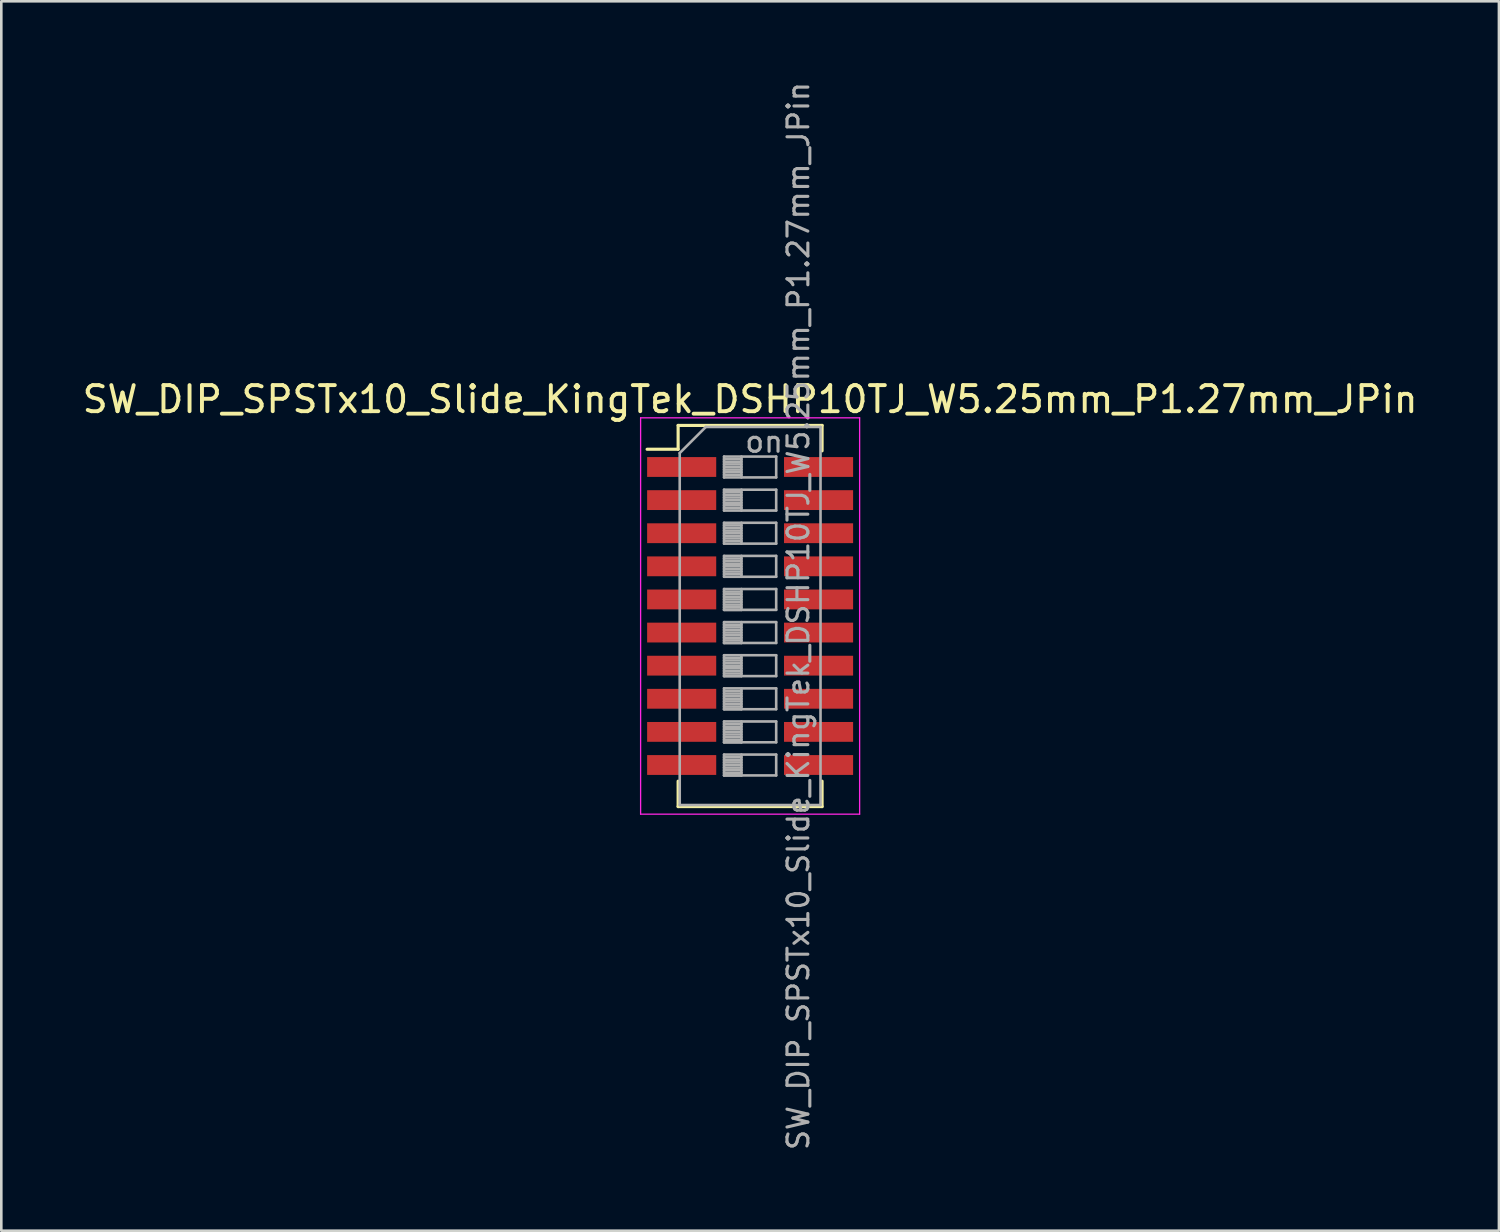
<source format=kicad_pcb>
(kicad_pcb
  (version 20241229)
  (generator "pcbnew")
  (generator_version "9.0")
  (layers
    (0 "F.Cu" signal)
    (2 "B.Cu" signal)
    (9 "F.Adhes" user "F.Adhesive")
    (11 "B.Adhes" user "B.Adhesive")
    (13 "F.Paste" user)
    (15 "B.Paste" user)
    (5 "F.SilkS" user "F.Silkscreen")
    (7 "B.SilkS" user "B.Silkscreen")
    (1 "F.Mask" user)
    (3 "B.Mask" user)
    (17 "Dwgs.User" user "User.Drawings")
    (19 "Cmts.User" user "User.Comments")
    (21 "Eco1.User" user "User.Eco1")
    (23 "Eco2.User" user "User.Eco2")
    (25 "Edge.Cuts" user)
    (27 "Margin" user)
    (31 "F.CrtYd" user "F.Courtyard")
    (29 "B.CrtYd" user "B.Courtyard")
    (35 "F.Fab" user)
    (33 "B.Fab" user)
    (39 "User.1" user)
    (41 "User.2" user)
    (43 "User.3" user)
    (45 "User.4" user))
  (footprint "SW_DIP_SPSTx10_Slide_KingTek_DSHP10TJ_W5.25mm_P1.27mm_JPin"
    (layer "F.Cu")
    (at 25.72 20.576)
    (property "Reference" "SW_DIP_SPSTx10_Slide_KingTek_DSHP10TJ_W5.25mm_P1.27mm_JPin" (at 0 -8.31 0) (layer "F.SilkS") (effects (font (size 1 1) (thickness 0.15))))
    (attr smd)
    (fp_line (start -3.951 -6.395) (end -2.761 -6.395) (stroke (width 0.12) (type solid)) (layer "F.SilkS"))
    (fp_line (start -2.761 -7.31) (end -2.761 -6.395) (stroke (width 0.12) (type solid)) (layer "F.SilkS"))
    (fp_line (start -2.761 -7.31) (end 2.76 -7.31) (stroke (width 0.12) (type solid)) (layer "F.SilkS"))
    (fp_line (start -2.761 6.335) (end -2.761 7.31) (stroke (width 0.12) (type solid)) (layer "F.SilkS"))
    (fp_line (start -2.761 7.31) (end 2.76 7.31) (stroke (width 0.12) (type solid)) (layer "F.SilkS"))
    (fp_line (start 2.76 -7.31) (end 2.76 -6.335) (stroke (width 0.12) (type solid)) (layer "F.SilkS"))
    (fp_line (start 2.76 6.335) (end 2.76 7.31) (stroke (width 0.12) (type solid)) (layer "F.SilkS"))
    (fp_line (start -4.2 -7.6) (end -4.2 7.6) (stroke (width 0.05) (type solid)) (layer "F.CrtYd"))
    (fp_line (start -4.2 7.6) (end 4.2 7.6) (stroke (width 0.05) (type solid)) (layer "F.CrtYd"))
    (fp_line (start 4.2 -7.6) (end -4.2 -7.6) (stroke (width 0.05) (type solid)) (layer "F.CrtYd"))
    (fp_line (start 4.2 7.6) (end 4.2 -7.6) (stroke (width 0.05) (type solid)) (layer "F.CrtYd"))
    (fp_line (start -2.7 -6.25) (end -1.7 -7.25) (stroke (width 0.1) (type solid)) (layer "F.Fab"))
    (fp_line (start -2.7 7.25) (end -2.7 -6.25) (stroke (width 0.1) (type solid)) (layer "F.Fab"))
    (fp_line (start -1.7 -7.25) (end 2.7 -7.25) (stroke (width 0.1) (type solid)) (layer "F.Fab"))
    (fp_line (start -1 -6.115) (end -1 -5.315) (stroke (width 0.1) (type solid)) (layer "F.Fab"))
    (fp_line (start -1 -6.015) (end -0.333 -6.015) (stroke (width 0.1) (type solid)) (layer "F.Fab"))
    (fp_line (start -1 -5.915) (end -0.333 -5.915) (stroke (width 0.1) (type solid)) (layer "F.Fab"))
    (fp_line (start -1 -5.815) (end -0.333 -5.815) (stroke (width 0.1) (type solid)) (layer "F.Fab"))
    (fp_line (start -1 -5.715) (end -0.333 -5.715) (stroke (width 0.1) (type solid)) (layer "F.Fab"))
    (fp_line (start -1 -5.615) (end -0.333 -5.615) (stroke (width 0.1) (type solid)) (layer "F.Fab"))
    (fp_line (start -1 -5.515) (end -0.333 -5.515) (stroke (width 0.1) (type solid)) (layer "F.Fab"))
    (fp_line (start -1 -5.415) (end -0.333 -5.415) (stroke (width 0.1) (type solid)) (layer "F.Fab"))
    (fp_line (start -1 -5.315) (end 1 -5.315) (stroke (width 0.1) (type solid)) (layer "F.Fab"))
    (fp_line (start -1 -4.845) (end -1 -4.045) (stroke (width 0.1) (type solid)) (layer "F.Fab"))
    (fp_line (start -1 -4.745) (end -0.333 -4.745) (stroke (width 0.1) (type solid)) (layer "F.Fab"))
    (fp_line (start -1 -4.645) (end -0.333 -4.645) (stroke (width 0.1) (type solid)) (layer "F.Fab"))
    (fp_line (start -1 -4.545) (end -0.333 -4.545) (stroke (width 0.1) (type solid)) (layer "F.Fab"))
    (fp_line (start -1 -4.445) (end -0.333 -4.445) (stroke (width 0.1) (type solid)) (layer "F.Fab"))
    (fp_line (start -1 -4.345) (end -0.333 -4.345) (stroke (width 0.1) (type solid)) (layer "F.Fab"))
    (fp_line (start -1 -4.245) (end -0.333 -4.245) (stroke (width 0.1) (type solid)) (layer "F.Fab"))
    (fp_line (start -1 -4.145) (end -0.333 -4.145) (stroke (width 0.1) (type solid)) (layer "F.Fab"))
    (fp_line (start -1 -4.045) (end 1 -4.045) (stroke (width 0.1) (type solid)) (layer "F.Fab"))
    (fp_line (start -1 -3.575) (end -1 -2.775) (stroke (width 0.1) (type solid)) (layer "F.Fab"))
    (fp_line (start -1 -3.475) (end -0.333 -3.475) (stroke (width 0.1) (type solid)) (layer "F.Fab"))
    (fp_line (start -1 -3.375) (end -0.333 -3.375) (stroke (width 0.1) (type solid)) (layer "F.Fab"))
    (fp_line (start -1 -3.275) (end -0.333 -3.275) (stroke (width 0.1) (type solid)) (layer "F.Fab"))
    (fp_line (start -1 -3.175) (end -0.333 -3.175) (stroke (width 0.1) (type solid)) (layer "F.Fab"))
    (fp_line (start -1 -3.075) (end -0.333 -3.075) (stroke (width 0.1) (type solid)) (layer "F.Fab"))
    (fp_line (start -1 -2.975) (end -0.333 -2.975) (stroke (width 0.1) (type solid)) (layer "F.Fab"))
    (fp_line (start -1 -2.875) (end -0.333 -2.875) (stroke (width 0.1) (type solid)) (layer "F.Fab"))
    (fp_line (start -1 -2.775) (end 1 -2.775) (stroke (width 0.1) (type solid)) (layer "F.Fab"))
    (fp_line (start -1 -2.305) (end -1 -1.505) (stroke (width 0.1) (type solid)) (layer "F.Fab"))
    (fp_line (start -1 -2.205) (end -0.333 -2.205) (stroke (width 0.1) (type solid)) (layer "F.Fab"))
    (fp_line (start -1 -2.105) (end -0.333 -2.105) (stroke (width 0.1) (type solid)) (layer "F.Fab"))
    (fp_line (start -1 -2.005) (end -0.333 -2.005) (stroke (width 0.1) (type solid)) (layer "F.Fab"))
    (fp_line (start -1 -1.905) (end -0.333 -1.905) (stroke (width 0.1) (type solid)) (layer "F.Fab"))
    (fp_line (start -1 -1.805) (end -0.333 -1.805) (stroke (width 0.1) (type solid)) (layer "F.Fab"))
    (fp_line (start -1 -1.705) (end -0.333 -1.705) (stroke (width 0.1) (type solid)) (layer "F.Fab"))
    (fp_line (start -1 -1.605) (end -0.333 -1.605) (stroke (width 0.1) (type solid)) (layer "F.Fab"))
    (fp_line (start -1 -1.505) (end 1 -1.505) (stroke (width 0.1) (type solid)) (layer "F.Fab"))
    (fp_line (start -1 -1.035) (end -1 -0.235) (stroke (width 0.1) (type solid)) (layer "F.Fab"))
    (fp_line (start -1 -0.935) (end -0.333 -0.935) (stroke (width 0.1) (type solid)) (layer "F.Fab"))
    (fp_line (start -1 -0.835) (end -0.333 -0.835) (stroke (width 0.1) (type solid)) (layer "F.Fab"))
    (fp_line (start -1 -0.735) (end -0.333 -0.735) (stroke (width 0.1) (type solid)) (layer "F.Fab"))
    (fp_line (start -1 -0.635) (end -0.333 -0.635) (stroke (width 0.1) (type solid)) (layer "F.Fab"))
    (fp_line (start -1 -0.535) (end -0.333 -0.535) (stroke (width 0.1) (type solid)) (layer "F.Fab"))
    (fp_line (start -1 -0.435) (end -0.333 -0.435) (stroke (width 0.1) (type solid)) (layer "F.Fab"))
    (fp_line (start -1 -0.335) (end -0.333 -0.335) (stroke (width 0.1) (type solid)) (layer "F.Fab"))
    (fp_line (start -1 -0.235) (end -0.333 -0.235) (stroke (width 0.1) (type solid)) (layer "F.Fab"))
    (fp_line (start -1 -0.235) (end 1 -0.235) (stroke (width 0.1) (type solid)) (layer "F.Fab"))
    (fp_line (start -1 0.235) (end -1 1.035) (stroke (width 0.1) (type solid)) (layer "F.Fab"))
    (fp_line (start -1 0.335) (end -0.333 0.335) (stroke (width 0.1) (type solid)) (layer "F.Fab"))
    (fp_line (start -1 0.435) (end -0.333 0.435) (stroke (width 0.1) (type solid)) (layer "F.Fab"))
    (fp_line (start -1 0.535) (end -0.333 0.535) (stroke (width 0.1) (type solid)) (layer "F.Fab"))
    (fp_line (start -1 0.635) (end -0.333 0.635) (stroke (width 0.1) (type solid)) (layer "F.Fab"))
    (fp_line (start -1 0.735) (end -0.333 0.735) (stroke (width 0.1) (type solid)) (layer "F.Fab"))
    (fp_line (start -1 0.835) (end -0.333 0.835) (stroke (width 0.1) (type solid)) (layer "F.Fab"))
    (fp_line (start -1 0.935) (end -0.333 0.935) (stroke (width 0.1) (type solid)) (layer "F.Fab"))
    (fp_line (start -1 1.035) (end -0.333 1.035) (stroke (width 0.1) (type solid)) (layer "F.Fab"))
    (fp_line (start -1 1.035) (end 1 1.035) (stroke (width 0.1) (type solid)) (layer "F.Fab"))
    (fp_line (start -1 1.505) (end -1 2.305) (stroke (width 0.1) (type solid)) (layer "F.Fab"))
    (fp_line (start -1 1.605) (end -0.333 1.605) (stroke (width 0.1) (type solid)) (layer "F.Fab"))
    (fp_line (start -1 1.705) (end -0.333 1.705) (stroke (width 0.1) (type solid)) (layer "F.Fab"))
    (fp_line (start -1 1.805) (end -0.333 1.805) (stroke (width 0.1) (type solid)) (layer "F.Fab"))
    (fp_line (start -1 1.905) (end -0.333 1.905) (stroke (width 0.1) (type solid)) (layer "F.Fab"))
    (fp_line (start -1 2.005) (end -0.333 2.005) (stroke (width 0.1) (type solid)) (layer "F.Fab"))
    (fp_line (start -1 2.105) (end -0.333 2.105) (stroke (width 0.1) (type solid)) (layer "F.Fab"))
    (fp_line (start -1 2.205) (end -0.333 2.205) (stroke (width 0.1) (type solid)) (layer "F.Fab"))
    (fp_line (start -1 2.305) (end -0.333 2.305) (stroke (width 0.1) (type solid)) (layer "F.Fab"))
    (fp_line (start -1 2.305) (end 1 2.305) (stroke (width 0.1) (type solid)) (layer "F.Fab"))
    (fp_line (start -1 2.775) (end -1 3.575) (stroke (width 0.1) (type solid)) (layer "F.Fab"))
    (fp_line (start -1 2.875) (end -0.333 2.875) (stroke (width 0.1) (type solid)) (layer "F.Fab"))
    (fp_line (start -1 2.975) (end -0.333 2.975) (stroke (width 0.1) (type solid)) (layer "F.Fab"))
    (fp_line (start -1 3.075) (end -0.333 3.075) (stroke (width 0.1) (type solid)) (layer "F.Fab"))
    (fp_line (start -1 3.175) (end -0.333 3.175) (stroke (width 0.1) (type solid)) (layer "F.Fab"))
    (fp_line (start -1 3.275) (end -0.333 3.275) (stroke (width 0.1) (type solid)) (layer "F.Fab"))
    (fp_line (start -1 3.375) (end -0.333 3.375) (stroke (width 0.1) (type solid)) (layer "F.Fab"))
    (fp_line (start -1 3.475) (end -0.333 3.475) (stroke (width 0.1) (type solid)) (layer "F.Fab"))
    (fp_line (start -1 3.575) (end -0.333 3.575) (stroke (width 0.1) (type solid)) (layer "F.Fab"))
    (fp_line (start -1 3.575) (end 1 3.575) (stroke (width 0.1) (type solid)) (layer "F.Fab"))
    (fp_line (start -1 4.045) (end -1 4.845) (stroke (width 0.1) (type solid)) (layer "F.Fab"))
    (fp_line (start -1 4.145) (end -0.333 4.145) (stroke (width 0.1) (type solid)) (layer "F.Fab"))
    (fp_line (start -1 4.245) (end -0.333 4.245) (stroke (width 0.1) (type solid)) (layer "F.Fab"))
    (fp_line (start -1 4.345) (end -0.333 4.345) (stroke (width 0.1) (type solid)) (layer "F.Fab"))
    (fp_line (start -1 4.445) (end -0.333 4.445) (stroke (width 0.1) (type solid)) (layer "F.Fab"))
    (fp_line (start -1 4.545) (end -0.333 4.545) (stroke (width 0.1) (type solid)) (layer "F.Fab"))
    (fp_line (start -1 4.645) (end -0.333 4.645) (stroke (width 0.1) (type solid)) (layer "F.Fab"))
    (fp_line (start -1 4.745) (end -0.333 4.745) (stroke (width 0.1) (type solid)) (layer "F.Fab"))
    (fp_line (start -1 4.845) (end -0.333 4.845) (stroke (width 0.1) (type solid)) (layer "F.Fab"))
    (fp_line (start -1 4.845) (end 1 4.845) (stroke (width 0.1) (type solid)) (layer "F.Fab"))
    (fp_line (start -1 5.315) (end -1 6.115) (stroke (width 0.1) (type solid)) (layer "F.Fab"))
    (fp_line (start -1 5.415) (end -0.333 5.415) (stroke (width 0.1) (type solid)) (layer "F.Fab"))
    (fp_line (start -1 5.515) (end -0.333 5.515) (stroke (width 0.1) (type solid)) (layer "F.Fab"))
    (fp_line (start -1 5.615) (end -0.333 5.615) (stroke (width 0.1) (type solid)) (layer "F.Fab"))
    (fp_line (start -1 5.715) (end -0.333 5.715) (stroke (width 0.1) (type solid)) (layer "F.Fab"))
    (fp_line (start -1 5.815) (end -0.333 5.815) (stroke (width 0.1) (type solid)) (layer "F.Fab"))
    (fp_line (start -1 5.915) (end -0.333 5.915) (stroke (width 0.1) (type solid)) (layer "F.Fab"))
    (fp_line (start -1 6.015) (end -0.333 6.015) (stroke (width 0.1) (type solid)) (layer "F.Fab"))
    (fp_line (start -1 6.115) (end -0.333 6.115) (stroke (width 0.1) (type solid)) (layer "F.Fab"))
    (fp_line (start -1 6.115) (end 1 6.115) (stroke (width 0.1) (type solid)) (layer "F.Fab"))
    (fp_line (start -0.333 -6.115) (end -0.333 -5.315) (stroke (width 0.1) (type solid)) (layer "F.Fab"))
    (fp_line (start -0.333 -4.845) (end -0.333 -4.045) (stroke (width 0.1) (type solid)) (layer "F.Fab"))
    (fp_line (start -0.333 -3.575) (end -0.333 -2.775) (stroke (width 0.1) (type solid)) (layer "F.Fab"))
    (fp_line (start -0.333 -2.305) (end -0.333 -1.505) (stroke (width 0.1) (type solid)) (layer "F.Fab"))
    (fp_line (start -0.333 -1.035) (end -0.333 -0.235) (stroke (width 0.1) (type solid)) (layer "F.Fab"))
    (fp_line (start -0.333 0.235) (end -0.333 1.035) (stroke (width 0.1) (type solid)) (layer "F.Fab"))
    (fp_line (start -0.333 1.505) (end -0.333 2.305) (stroke (width 0.1) (type solid)) (layer "F.Fab"))
    (fp_line (start -0.333 2.775) (end -0.333 3.575) (stroke (width 0.1) (type solid)) (layer "F.Fab"))
    (fp_line (start -0.333 4.045) (end -0.333 4.845) (stroke (width 0.1) (type solid)) (layer "F.Fab"))
    (fp_line (start -0.333 5.315) (end -0.333 6.115) (stroke (width 0.1) (type solid)) (layer "F.Fab"))
    (fp_line (start 1 -6.115) (end -1 -6.115) (stroke (width 0.1) (type solid)) (layer "F.Fab"))
    (fp_line (start 1 -5.315) (end 1 -6.115) (stroke (width 0.1) (type solid)) (layer "F.Fab"))
    (fp_line (start 1 -4.845) (end -1 -4.845) (stroke (width 0.1) (type solid)) (layer "F.Fab"))
    (fp_line (start 1 -4.045) (end 1 -4.845) (stroke (width 0.1) (type solid)) (layer "F.Fab"))
    (fp_line (start 1 -3.575) (end -1 -3.575) (stroke (width 0.1) (type solid)) (layer "F.Fab"))
    (fp_line (start 1 -2.775) (end 1 -3.575) (stroke (width 0.1) (type solid)) (layer "F.Fab"))
    (fp_line (start 1 -2.305) (end -1 -2.305) (stroke (width 0.1) (type solid)) (layer "F.Fab"))
    (fp_line (start 1 -1.505) (end 1 -2.305) (stroke (width 0.1) (type solid)) (layer "F.Fab"))
    (fp_line (start 1 -1.035) (end -1 -1.035) (stroke (width 0.1) (type solid)) (layer "F.Fab"))
    (fp_line (start 1 -0.235) (end 1 -1.035) (stroke (width 0.1) (type solid)) (layer "F.Fab"))
    (fp_line (start 1 0.235) (end -1 0.235) (stroke (width 0.1) (type solid)) (layer "F.Fab"))
    (fp_line (start 1 1.035) (end 1 0.235) (stroke (width 0.1) (type solid)) (layer "F.Fab"))
    (fp_line (start 1 1.505) (end -1 1.505) (stroke (width 0.1) (type solid)) (layer "F.Fab"))
    (fp_line (start 1 2.305) (end 1 1.505) (stroke (width 0.1) (type solid)) (layer "F.Fab"))
    (fp_line (start 1 2.775) (end -1 2.775) (stroke (width 0.1) (type solid)) (layer "F.Fab"))
    (fp_line (start 1 3.575) (end 1 2.775) (stroke (width 0.1) (type solid)) (layer "F.Fab"))
    (fp_line (start 1 4.045) (end -1 4.045) (stroke (width 0.1) (type solid)) (layer "F.Fab"))
    (fp_line (start 1 4.845) (end 1 4.045) (stroke (width 0.1) (type solid)) (layer "F.Fab"))
    (fp_line (start 1 5.315) (end -1 5.315) (stroke (width 0.1) (type solid)) (layer "F.Fab"))
    (fp_line (start 1 6.115) (end 1 5.315) (stroke (width 0.1) (type solid)) (layer "F.Fab"))
    (fp_line (start 2.7 -7.25) (end 2.7 7.25) (stroke (width 0.1) (type solid)) (layer "F.Fab"))
    (fp_line (start 2.7 7.25) (end -2.7 7.25) (stroke (width 0.1) (type solid)) (layer "F.Fab"))
    (fp_text user "on" (at 0.537 -6.683 0) (layer "F.Fab") (effects (font (size 0.8 0.8) (thickness 0.12))))
    (fp_text user "${REFERENCE}" (at 1.85 0 90) (layer "F.Fab") (effects (font (size 0.8 0.8) (thickness 0.12))))
    (pad "1" smd rect (at -2.625 -5.715) (size 2.65 0.76) (layers "F.Cu" "F.Mask" "F.Paste"))
    (pad "2" smd rect (at -2.625 -4.445) (size 2.65 0.76) (layers "F.Cu" "F.Mask" "F.Paste"))
    (pad "3" smd rect (at -2.625 -3.175) (size 2.65 0.76) (layers "F.Cu" "F.Mask" "F.Paste"))
    (pad "4" smd rect (at -2.625 -1.905) (size 2.65 0.76) (layers "F.Cu" "F.Mask" "F.Paste"))
    (pad "5" smd rect (at -2.625 -0.635) (size 2.65 0.76) (layers "F.Cu" "F.Mask" "F.Paste"))
    (pad "6" smd rect (at -2.625 0.635) (size 2.65 0.76) (layers "F.Cu" "F.Mask" "F.Paste"))
    (pad "7" smd rect (at -2.625 1.905) (size 2.65 0.76) (layers "F.Cu" "F.Mask" "F.Paste"))
    (pad "8" smd rect (at -2.625 3.175) (size 2.65 0.76) (layers "F.Cu" "F.Mask" "F.Paste"))
    (pad "9" smd rect (at -2.625 4.445) (size 2.65 0.76) (layers "F.Cu" "F.Mask" "F.Paste"))
    (pad "10" smd rect (at -2.625 5.715) (size 2.65 0.76) (layers "F.Cu" "F.Mask" "F.Paste"))
    (pad "11" smd rect (at 2.625 5.715) (size 2.65 0.76) (layers "F.Cu" "F.Mask" "F.Paste"))
    (pad "12" smd rect (at 2.625 4.445) (size 2.65 0.76) (layers "F.Cu" "F.Mask" "F.Paste"))
    (pad "13" smd rect (at 2.625 3.175) (size 2.65 0.76) (layers "F.Cu" "F.Mask" "F.Paste"))
    (pad "14" smd rect (at 2.625 1.905) (size 2.65 0.76) (layers "F.Cu" "F.Mask" "F.Paste"))
    (pad "15" smd rect (at 2.625 0.635) (size 2.65 0.76) (layers "F.Cu" "F.Mask" "F.Paste"))
    (pad "16" smd rect (at 2.625 -0.635) (size 2.65 0.76) (layers "F.Cu" "F.Mask" "F.Paste"))
    (pad "17" smd rect (at 2.625 -1.905) (size 2.65 0.76) (layers "F.Cu" "F.Mask" "F.Paste"))
    (pad "18" smd rect (at 2.625 -3.175) (size 2.65 0.76) (layers "F.Cu" "F.Mask" "F.Paste"))
    (pad "19" smd rect (at 2.625 -4.445) (size 2.65 0.76) (layers "F.Cu" "F.Mask" "F.Paste"))
    (pad "20" smd rect (at 2.625 -5.715) (size 2.65 0.76) (layers "F.Cu" "F.Mask" "F.Paste")))
  (gr_rect
    (start -3 -3)
    (end 54.44 44.152)
    (stroke (width 0.1) (type default))
    (fill no)
    (layer "Edge.Cuts")))
</source>
